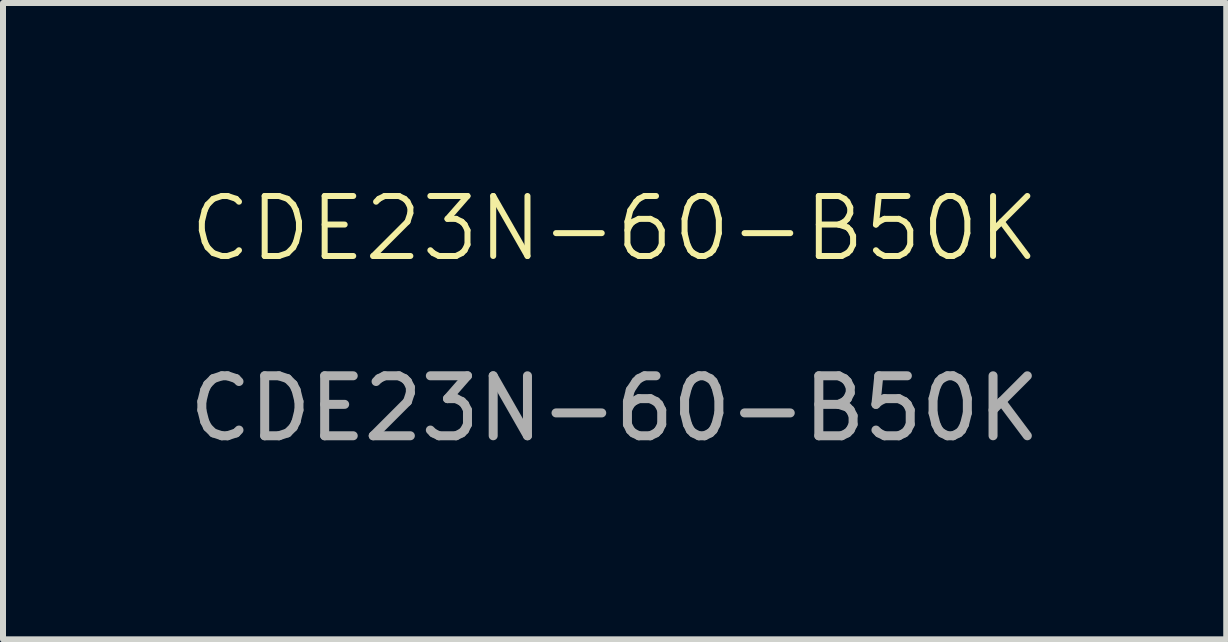
<source format=kicad_pcb>
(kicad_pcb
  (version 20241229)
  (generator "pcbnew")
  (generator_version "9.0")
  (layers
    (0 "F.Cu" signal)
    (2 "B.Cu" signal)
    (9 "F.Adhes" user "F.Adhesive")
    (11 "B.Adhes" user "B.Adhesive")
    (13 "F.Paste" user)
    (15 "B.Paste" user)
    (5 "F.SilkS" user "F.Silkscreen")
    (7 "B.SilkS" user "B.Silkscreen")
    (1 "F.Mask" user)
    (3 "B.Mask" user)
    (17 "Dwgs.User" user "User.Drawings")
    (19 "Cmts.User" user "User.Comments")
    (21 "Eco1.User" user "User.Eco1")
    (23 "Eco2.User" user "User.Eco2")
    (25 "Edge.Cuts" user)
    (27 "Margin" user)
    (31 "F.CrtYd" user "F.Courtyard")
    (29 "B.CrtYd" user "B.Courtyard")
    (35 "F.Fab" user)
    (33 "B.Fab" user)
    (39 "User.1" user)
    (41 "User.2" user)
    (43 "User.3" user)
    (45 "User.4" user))
  (footprint "CDE23N-60-B50K"
    (layer "F.Cu")
    (at 7.196 1.26)
    (property "Reference" "CDE23N-60-B50K" (at 0 -0.5 0) (unlocked yes) (layer "F.SilkS") (effects (font (size 1 1) (thickness 0.1))))
    (attr through_hole)
    (fp_text user "${REFERENCE}" (at 0 2.5 0) (unlocked yes) (layer "F.Fab") (effects (font (size 1 1) (thickness 0.15)))))
  (gr_rect
    (start -3 -3)
    (end 17.393 7.609)
    (stroke (width 0.1) (type default))
    (fill no)
    (layer "Edge.Cuts")))
</source>
